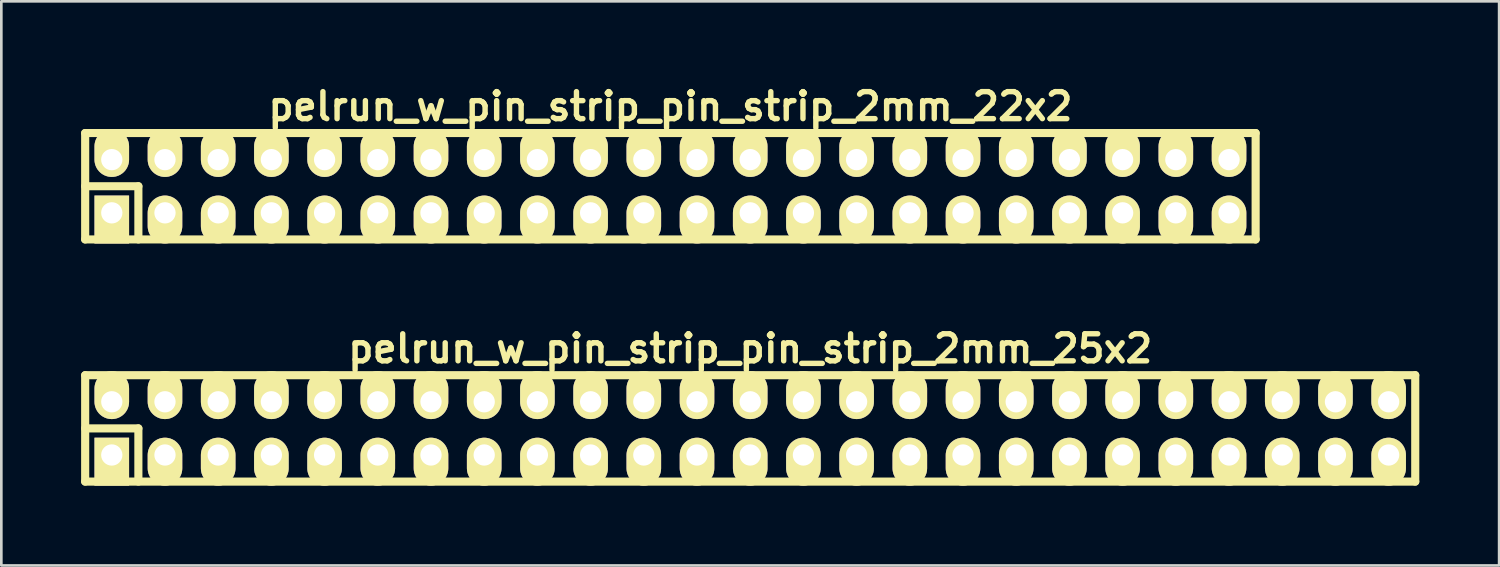
<source format=kicad_pcb>
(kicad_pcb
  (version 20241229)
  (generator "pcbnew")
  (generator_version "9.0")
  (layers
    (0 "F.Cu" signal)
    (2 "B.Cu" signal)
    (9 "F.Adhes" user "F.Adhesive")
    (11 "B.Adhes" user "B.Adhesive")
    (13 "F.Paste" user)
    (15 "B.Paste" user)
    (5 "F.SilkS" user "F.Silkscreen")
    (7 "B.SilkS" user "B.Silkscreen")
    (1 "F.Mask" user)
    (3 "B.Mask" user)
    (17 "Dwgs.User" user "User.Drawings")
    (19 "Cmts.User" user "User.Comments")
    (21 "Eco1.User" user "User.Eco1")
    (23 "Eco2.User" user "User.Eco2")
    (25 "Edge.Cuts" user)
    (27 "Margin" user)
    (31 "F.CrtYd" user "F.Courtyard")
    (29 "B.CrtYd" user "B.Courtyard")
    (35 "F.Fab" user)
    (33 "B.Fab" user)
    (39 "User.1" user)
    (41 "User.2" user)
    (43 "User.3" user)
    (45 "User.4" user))
  (footprint "pelrun_w_pin_strip_pin_strip_2mm_22x2"
    (layer "F.Cu")
    (at 22.152 3.951)
    (property "Reference" "pelrun_w_pin_strip_pin_strip_2mm_22x2" (at 0 -3 0) (layer "F.SilkS") (effects (font (size 1.016 1.016) (thickness 0.203))))
    (attr through_hole)
    (fp_line (start -22 -2) (end 22 -2) (stroke (width 0.305) (type solid)) (layer "F.SilkS"))
    (fp_line (start -22 0) (end -20 0) (stroke (width 0.305) (type solid)) (layer "F.SilkS"))
    (fp_line (start -22 2) (end -22 -2) (stroke (width 0.305) (type solid)) (layer "F.SilkS"))
    (fp_line (start -20 0) (end -20 2) (stroke (width 0.305) (type solid)) (layer "F.SilkS"))
    (fp_line (start 22 -2) (end 22 2) (stroke (width 0.305) (type solid)) (layer "F.SilkS"))
    (fp_line (start 22 2) (end -22 2) (stroke (width 0.305) (type solid)) (layer "F.SilkS"))
    (pad "1" thru_hole rect (at -21 1) (size 1.3 1.8) (drill 0.8 (offset 0 0.25)) (layers "*.Cu" "*.Mask" "F.SilkS"))
    (pad "2" thru_hole oval (at -21 -1) (size 1.3 1.8) (drill 0.8 (offset 0 -0.25)) (layers "*.Cu" "*.Mask" "F.SilkS"))
    (pad "3" thru_hole oval (at -19 1) (size 1.3 1.8) (drill 0.8 (offset 0 0.25)) (layers "*.Cu" "*.Mask" "F.SilkS"))
    (pad "4" thru_hole oval (at -19 -1) (size 1.3 1.8) (drill 0.8 (offset 0 -0.25)) (layers "*.Cu" "*.Mask" "F.SilkS"))
    (pad "5" thru_hole oval (at -17 1) (size 1.3 1.8) (drill 0.8 (offset 0 0.25)) (layers "*.Cu" "*.Mask" "F.SilkS"))
    (pad "6" thru_hole oval (at -17 -1) (size 1.3 1.8) (drill 0.8 (offset 0 -0.25)) (layers "*.Cu" "*.Mask" "F.SilkS"))
    (pad "7" thru_hole oval (at -15 1) (size 1.3 1.8) (drill 0.8 (offset 0 0.25)) (layers "*.Cu" "*.Mask" "F.SilkS"))
    (pad "8" thru_hole oval (at -15 -1) (size 1.3 1.8) (drill 0.8 (offset 0 -0.25)) (layers "*.Cu" "*.Mask" "F.SilkS"))
    (pad "9" thru_hole oval (at -13 1) (size 1.3 1.8) (drill 0.8 (offset 0 0.25)) (layers "*.Cu" "*.Mask" "F.SilkS"))
    (pad "10" thru_hole oval (at -13 -1) (size 1.3 1.8) (drill 0.8 (offset 0 -0.25)) (layers "*.Cu" "*.Mask" "F.SilkS"))
    (pad "11" thru_hole oval (at -11 1) (size 1.3 1.8) (drill 0.8 (offset 0 0.25)) (layers "*.Cu" "*.Mask" "F.SilkS"))
    (pad "12" thru_hole oval (at -11 -1) (size 1.3 1.8) (drill 0.8 (offset 0 -0.25)) (layers "*.Cu" "*.Mask" "F.SilkS"))
    (pad "13" thru_hole oval (at -9 1) (size 1.3 1.8) (drill 0.8 (offset 0 0.25)) (layers "*.Cu" "*.Mask" "F.SilkS"))
    (pad "14" thru_hole oval (at -9 -1) (size 1.3 1.8) (drill 0.8 (offset 0 -0.25)) (layers "*.Cu" "*.Mask" "F.SilkS"))
    (pad "15" thru_hole oval (at -7 1) (size 1.3 1.8) (drill 0.8 (offset 0 0.25)) (layers "*.Cu" "*.Mask" "F.SilkS"))
    (pad "16" thru_hole oval (at -7 -1) (size 1.3 1.8) (drill 0.8 (offset 0 -0.25)) (layers "*.Cu" "*.Mask" "F.SilkS"))
    (pad "17" thru_hole oval (at -5 1) (size 1.3 1.8) (drill 0.8 (offset 0 0.25)) (layers "*.Cu" "*.Mask" "F.SilkS"))
    (pad "18" thru_hole oval (at -5 -1) (size 1.3 1.8) (drill 0.8 (offset 0 -0.25)) (layers "*.Cu" "*.Mask" "F.SilkS"))
    (pad "19" thru_hole oval (at -3 1) (size 1.3 1.8) (drill 0.8 (offset 0 0.25)) (layers "*.Cu" "*.Mask" "F.SilkS"))
    (pad "20" thru_hole oval (at -3 -1) (size 1.3 1.8) (drill 0.8 (offset 0 -0.25)) (layers "*.Cu" "*.Mask" "F.SilkS"))
    (pad "21" thru_hole oval (at -1 1) (size 1.3 1.8) (drill 0.8 (offset 0 0.25)) (layers "*.Cu" "*.Mask" "F.SilkS"))
    (pad "22" thru_hole oval (at -1 -1) (size 1.3 1.8) (drill 0.8 (offset 0 -0.25)) (layers "*.Cu" "*.Mask" "F.SilkS"))
    (pad "23" thru_hole oval (at 1 1) (size 1.3 1.8) (drill 0.8 (offset 0 0.25)) (layers "*.Cu" "*.Mask" "F.SilkS"))
    (pad "24" thru_hole oval (at 1 -1) (size 1.3 1.8) (drill 0.8 (offset 0 -0.25)) (layers "*.Cu" "*.Mask" "F.SilkS"))
    (pad "25" thru_hole oval (at 3 1) (size 1.3 1.8) (drill 0.8 (offset 0 0.25)) (layers "*.Cu" "*.Mask" "F.SilkS"))
    (pad "26" thru_hole oval (at 3 -1) (size 1.3 1.8) (drill 0.8 (offset 0 -0.25)) (layers "*.Cu" "*.Mask" "F.SilkS"))
    (pad "27" thru_hole oval (at 5 1) (size 1.3 1.8) (drill 0.8 (offset 0 0.25)) (layers "*.Cu" "*.Mask" "F.SilkS"))
    (pad "28" thru_hole oval (at 5 -1) (size 1.3 1.8) (drill 0.8 (offset 0 -0.25)) (layers "*.Cu" "*.Mask" "F.SilkS"))
    (pad "29" thru_hole oval (at 7 1) (size 1.3 1.8) (drill 0.8 (offset 0 0.25)) (layers "*.Cu" "*.Mask" "F.SilkS"))
    (pad "30" thru_hole oval (at 7 -1) (size 1.3 1.8) (drill 0.8 (offset 0 -0.25)) (layers "*.Cu" "*.Mask" "F.SilkS"))
    (pad "31" thru_hole oval (at 9 1) (size 1.3 1.8) (drill 0.8 (offset 0 0.25)) (layers "*.Cu" "*.Mask" "F.SilkS"))
    (pad "32" thru_hole oval (at 9 -1) (size 1.3 1.8) (drill 0.8 (offset 0 -0.25)) (layers "*.Cu" "*.Mask" "F.SilkS"))
    (pad "33" thru_hole oval (at 11 1) (size 1.3 1.8) (drill 0.8 (offset 0 0.25)) (layers "*.Cu" "*.Mask" "F.SilkS"))
    (pad "34" thru_hole oval (at 11 -1) (size 1.3 1.8) (drill 0.8 (offset 0 -0.25)) (layers "*.Cu" "*.Mask" "F.SilkS"))
    (pad "35" thru_hole oval (at 13 1) (size 1.3 1.8) (drill 0.8 (offset 0 0.25)) (layers "*.Cu" "*.Mask" "F.SilkS"))
    (pad "36" thru_hole oval (at 13 -1) (size 1.3 1.8) (drill 0.8 (offset 0 -0.25)) (layers "*.Cu" "*.Mask" "F.SilkS"))
    (pad "37" thru_hole oval (at 15 1) (size 1.3 1.8) (drill 0.8 (offset 0 0.25)) (layers "*.Cu" "*.Mask" "F.SilkS"))
    (pad "38" thru_hole oval (at 15 -1) (size 1.3 1.8) (drill 0.8 (offset 0 -0.25)) (layers "*.Cu" "*.Mask" "F.SilkS"))
    (pad "39" thru_hole oval (at 17 1) (size 1.3 1.8) (drill 0.8 (offset 0 0.25)) (layers "*.Cu" "*.Mask" "F.SilkS"))
    (pad "40" thru_hole oval (at 17 -1) (size 1.3 1.8) (drill 0.8 (offset 0 -0.25)) (layers "*.Cu" "*.Mask" "F.SilkS"))
    (pad "41" thru_hole oval (at 19 1) (size 1.3 1.8) (drill 0.8 (offset 0 0.25)) (layers "*.Cu" "*.Mask" "F.SilkS"))
    (pad "42" thru_hole oval (at 19 -1) (size 1.3 1.8) (drill 0.8 (offset 0 -0.25)) (layers "*.Cu" "*.Mask" "F.SilkS"))
    (pad "43" thru_hole oval (at 21 1) (size 1.3 1.8) (drill 0.8 (offset 0 0.25)) (layers "*.Cu" "*.Mask" "F.SilkS"))
    (pad "44" thru_hole oval (at 21 -1) (size 1.3 1.8) (drill 0.8 (offset 0 -0.25)) (layers "*.Cu" "*.Mask" "F.SilkS")))
  (footprint "pelrun_w_pin_strip_pin_strip_2mm_25x2"
    (layer "F.Cu")
    (at 25.152 13.054)
    (property "Reference" "pelrun_w_pin_strip_pin_strip_2mm_25x2" (at 0 -3 0) (layer "F.SilkS") (effects (font (size 1.016 1.016) (thickness 0.203))))
    (attr through_hole)
    (fp_line (start -25 -2) (end 25 -2) (stroke (width 0.305) (type solid)) (layer "F.SilkS"))
    (fp_line (start -25 0) (end -23 0) (stroke (width 0.305) (type solid)) (layer "F.SilkS"))
    (fp_line (start -25 2) (end -25 -2) (stroke (width 0.305) (type solid)) (layer "F.SilkS"))
    (fp_line (start -23 0) (end -23 2) (stroke (width 0.305) (type solid)) (layer "F.SilkS"))
    (fp_line (start 25 -2) (end 25 2) (stroke (width 0.305) (type solid)) (layer "F.SilkS"))
    (fp_line (start 25 2) (end -25 2) (stroke (width 0.305) (type solid)) (layer "F.SilkS"))
    (pad "1" thru_hole rect (at -24 1) (size 1.3 1.8) (drill 0.8 (offset 0 0.25)) (layers "*.Cu" "*.Mask" "F.SilkS"))
    (pad "2" thru_hole oval (at -24 -1) (size 1.3 1.8) (drill 0.8 (offset 0 -0.25)) (layers "*.Cu" "*.Mask" "F.SilkS"))
    (pad "3" thru_hole oval (at -22 1) (size 1.3 1.8) (drill 0.8 (offset 0 0.25)) (layers "*.Cu" "*.Mask" "F.SilkS"))
    (pad "4" thru_hole oval (at -22 -1) (size 1.3 1.8) (drill 0.8 (offset 0 -0.25)) (layers "*.Cu" "*.Mask" "F.SilkS"))
    (pad "5" thru_hole oval (at -20 1) (size 1.3 1.8) (drill 0.8 (offset 0 0.25)) (layers "*.Cu" "*.Mask" "F.SilkS"))
    (pad "6" thru_hole oval (at -20 -1) (size 1.3 1.8) (drill 0.8 (offset 0 -0.25)) (layers "*.Cu" "*.Mask" "F.SilkS"))
    (pad "7" thru_hole oval (at -18 1) (size 1.3 1.8) (drill 0.8 (offset 0 0.25)) (layers "*.Cu" "*.Mask" "F.SilkS"))
    (pad "8" thru_hole oval (at -18 -1) (size 1.3 1.8) (drill 0.8 (offset 0 -0.25)) (layers "*.Cu" "*.Mask" "F.SilkS"))
    (pad "9" thru_hole oval (at -16 1) (size 1.3 1.8) (drill 0.8 (offset 0 0.25)) (layers "*.Cu" "*.Mask" "F.SilkS"))
    (pad "10" thru_hole oval (at -16 -1) (size 1.3 1.8) (drill 0.8 (offset 0 -0.25)) (layers "*.Cu" "*.Mask" "F.SilkS"))
    (pad "11" thru_hole oval (at -14 1) (size 1.3 1.8) (drill 0.8 (offset 0 0.25)) (layers "*.Cu" "*.Mask" "F.SilkS"))
    (pad "12" thru_hole oval (at -14 -1) (size 1.3 1.8) (drill 0.8 (offset 0 -0.25)) (layers "*.Cu" "*.Mask" "F.SilkS"))
    (pad "13" thru_hole oval (at -12 1) (size 1.3 1.8) (drill 0.8 (offset 0 0.25)) (layers "*.Cu" "*.Mask" "F.SilkS"))
    (pad "14" thru_hole oval (at -12 -1) (size 1.3 1.8) (drill 0.8 (offset 0 -0.25)) (layers "*.Cu" "*.Mask" "F.SilkS"))
    (pad "15" thru_hole oval (at -10 1) (size 1.3 1.8) (drill 0.8 (offset 0 0.25)) (layers "*.Cu" "*.Mask" "F.SilkS"))
    (pad "16" thru_hole oval (at -10 -1) (size 1.3 1.8) (drill 0.8 (offset 0 -0.25)) (layers "*.Cu" "*.Mask" "F.SilkS"))
    (pad "17" thru_hole oval (at -8 1) (size 1.3 1.8) (drill 0.8 (offset 0 0.25)) (layers "*.Cu" "*.Mask" "F.SilkS"))
    (pad "18" thru_hole oval (at -8 -1) (size 1.3 1.8) (drill 0.8 (offset 0 -0.25)) (layers "*.Cu" "*.Mask" "F.SilkS"))
    (pad "19" thru_hole oval (at -6 1) (size 1.3 1.8) (drill 0.8 (offset 0 0.25)) (layers "*.Cu" "*.Mask" "F.SilkS"))
    (pad "20" thru_hole oval (at -6 -1) (size 1.3 1.8) (drill 0.8 (offset 0 -0.25)) (layers "*.Cu" "*.Mask" "F.SilkS"))
    (pad "21" thru_hole oval (at -4 1) (size 1.3 1.8) (drill 0.8 (offset 0 0.25)) (layers "*.Cu" "*.Mask" "F.SilkS"))
    (pad "22" thru_hole oval (at -4 -1) (size 1.3 1.8) (drill 0.8 (offset 0 -0.25)) (layers "*.Cu" "*.Mask" "F.SilkS"))
    (pad "23" thru_hole oval (at -2 1) (size 1.3 1.8) (drill 0.8 (offset 0 0.25)) (layers "*.Cu" "*.Mask" "F.SilkS"))
    (pad "24" thru_hole oval (at -2 -1) (size 1.3 1.8) (drill 0.8 (offset 0 -0.25)) (layers "*.Cu" "*.Mask" "F.SilkS"))
    (pad "25" thru_hole oval (at 0 1) (size 1.3 1.8) (drill 0.8 (offset 0 0.25)) (layers "*.Cu" "*.Mask" "F.SilkS"))
    (pad "26" thru_hole oval (at 0 -1) (size 1.3 1.8) (drill 0.8 (offset 0 -0.25)) (layers "*.Cu" "*.Mask" "F.SilkS"))
    (pad "27" thru_hole oval (at 2 1) (size 1.3 1.8) (drill 0.8 (offset 0 0.25)) (layers "*.Cu" "*.Mask" "F.SilkS"))
    (pad "28" thru_hole oval (at 2 -1) (size 1.3 1.8) (drill 0.8 (offset 0 -0.25)) (layers "*.Cu" "*.Mask" "F.SilkS"))
    (pad "29" thru_hole oval (at 4 1) (size 1.3 1.8) (drill 0.8 (offset 0 0.25)) (layers "*.Cu" "*.Mask" "F.SilkS"))
    (pad "30" thru_hole oval (at 4 -1) (size 1.3 1.8) (drill 0.8 (offset 0 -0.25)) (layers "*.Cu" "*.Mask" "F.SilkS"))
    (pad "31" thru_hole oval (at 6 1) (size 1.3 1.8) (drill 0.8 (offset 0 0.25)) (layers "*.Cu" "*.Mask" "F.SilkS"))
    (pad "32" thru_hole oval (at 6 -1) (size 1.3 1.8) (drill 0.8 (offset 0 -0.25)) (layers "*.Cu" "*.Mask" "F.SilkS"))
    (pad "33" thru_hole oval (at 8 1) (size 1.3 1.8) (drill 0.8 (offset 0 0.25)) (layers "*.Cu" "*.Mask" "F.SilkS"))
    (pad "34" thru_hole oval (at 8 -1) (size 1.3 1.8) (drill 0.8 (offset 0 -0.25)) (layers "*.Cu" "*.Mask" "F.SilkS"))
    (pad "35" thru_hole oval (at 10 1) (size 1.3 1.8) (drill 0.8 (offset 0 0.25)) (layers "*.Cu" "*.Mask" "F.SilkS"))
    (pad "36" thru_hole oval (at 10 -1) (size 1.3 1.8) (drill 0.8 (offset 0 -0.25)) (layers "*.Cu" "*.Mask" "F.SilkS"))
    (pad "37" thru_hole oval (at 12 1) (size 1.3 1.8) (drill 0.8 (offset 0 0.25)) (layers "*.Cu" "*.Mask" "F.SilkS"))
    (pad "38" thru_hole oval (at 12 -1) (size 1.3 1.8) (drill 0.8 (offset 0 -0.25)) (layers "*.Cu" "*.Mask" "F.SilkS"))
    (pad "39" thru_hole oval (at 14 1) (size 1.3 1.8) (drill 0.8 (offset 0 0.25)) (layers "*.Cu" "*.Mask" "F.SilkS"))
    (pad "40" thru_hole oval (at 14 -1) (size 1.3 1.8) (drill 0.8 (offset 0 -0.25)) (layers "*.Cu" "*.Mask" "F.SilkS"))
    (pad "41" thru_hole oval (at 16 1) (size 1.3 1.8) (drill 0.8 (offset 0 0.25)) (layers "*.Cu" "*.Mask" "F.SilkS"))
    (pad "42" thru_hole oval (at 16 -1) (size 1.3 1.8) (drill 0.8 (offset 0 -0.25)) (layers "*.Cu" "*.Mask" "F.SilkS"))
    (pad "43" thru_hole oval (at 18 1) (size 1.3 1.8) (drill 0.8 (offset 0 0.25)) (layers "*.Cu" "*.Mask" "F.SilkS"))
    (pad "44" thru_hole oval (at 18 -1) (size 1.3 1.8) (drill 0.8 (offset 0 -0.25)) (layers "*.Cu" "*.Mask" "F.SilkS"))
    (pad "45" thru_hole oval (at 20 1) (size 1.3 1.8) (drill 0.8 (offset 0 0.25)) (layers "*.Cu" "*.Mask" "F.SilkS"))
    (pad "46" thru_hole oval (at 20 -1) (size 1.3 1.8) (drill 0.8 (offset 0 -0.25)) (layers "*.Cu" "*.Mask" "F.SilkS"))
    (pad "47" thru_hole oval (at 22 1) (size 1.3 1.8) (drill 0.8 (offset 0 0.25)) (layers "*.Cu" "*.Mask" "F.SilkS"))
    (pad "48" thru_hole oval (at 22 -1) (size 1.3 1.8) (drill 0.8 (offset 0 -0.25)) (layers "*.Cu" "*.Mask" "F.SilkS"))
    (pad "49" thru_hole oval (at 24 1) (size 1.3 1.8) (drill 0.8 (offset 0 0.25)) (layers "*.Cu" "*.Mask" "F.SilkS"))
    (pad "50" thru_hole oval (at 24 -1) (size 1.3 1.8) (drill 0.8 (offset 0 -0.25)) (layers "*.Cu" "*.Mask" "F.SilkS")))
  (gr_rect
    (start -3 -3)
    (end 53.305 18.207)
    (stroke (width 0.1) (type default))
    (fill no)
    (layer "Edge.Cuts")))
</source>
